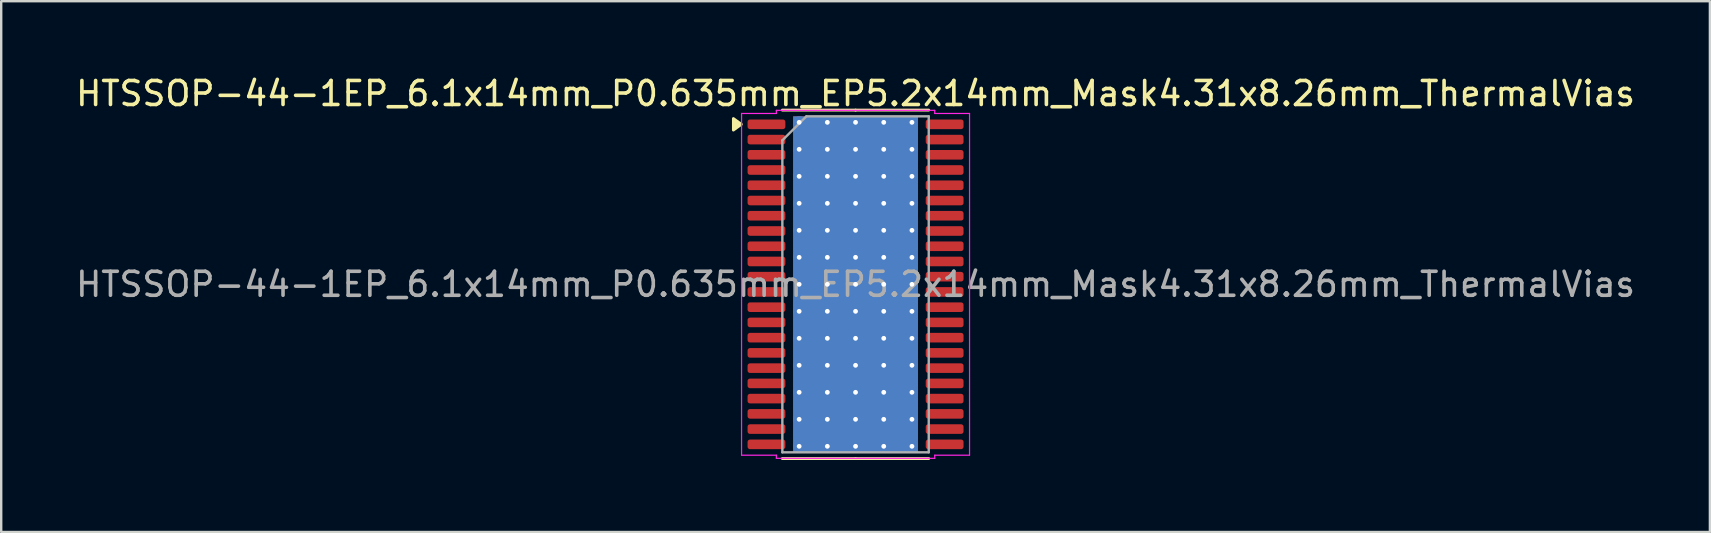
<source format=kicad_pcb>
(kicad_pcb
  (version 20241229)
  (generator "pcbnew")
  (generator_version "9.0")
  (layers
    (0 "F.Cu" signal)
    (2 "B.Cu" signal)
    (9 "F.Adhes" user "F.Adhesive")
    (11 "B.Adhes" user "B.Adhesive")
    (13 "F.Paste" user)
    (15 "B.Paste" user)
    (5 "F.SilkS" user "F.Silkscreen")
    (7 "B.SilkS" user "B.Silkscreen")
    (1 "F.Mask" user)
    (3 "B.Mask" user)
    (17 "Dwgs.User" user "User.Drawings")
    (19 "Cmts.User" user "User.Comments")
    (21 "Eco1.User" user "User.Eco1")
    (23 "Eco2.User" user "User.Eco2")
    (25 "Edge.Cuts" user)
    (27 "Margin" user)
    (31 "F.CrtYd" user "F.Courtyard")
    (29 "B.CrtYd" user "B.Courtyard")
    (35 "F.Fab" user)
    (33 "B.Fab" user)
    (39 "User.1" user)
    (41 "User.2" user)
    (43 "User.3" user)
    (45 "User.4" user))
  (footprint "HTSSOP-44-1EP_6.1x14mm_P0.635mm_EP5.2x14mm_Mask4.31x8.26mm_ThermalVias"
    (layer "F.Cu")
    (at 32.601 8.798)
    (property "Reference" "HTSSOP-44-1EP_6.1x14mm_P0.635mm_EP5.2x14mm_Mask4.31x8.26mm_ThermalVias" (at 0 -7.95 0) (layer "F.SilkS") (effects (font (size 1 1) (thickness 0.15))))
    (attr smd)
    (fp_line (start 0 -7.26) (end -3.05 -7.26) (stroke (width 0.12) (type solid)) (layer "F.SilkS"))
    (fp_line (start 0 -7.26) (end 3.05 -7.26) (stroke (width 0.12) (type solid)) (layer "F.SilkS"))
    (fp_line (start 0 7.26) (end -3.05 7.26) (stroke (width 0.12) (type solid)) (layer "F.SilkS"))
    (fp_line (start 0 7.26) (end 3.05 7.26) (stroke (width 0.12) (type solid)) (layer "F.SilkS"))
    (fp_poly (pts (xy -4.76 -6.668) (xy -5.09 -6.428) (xy -5.09 -6.907)) (stroke (width 0.12) (type solid)) (fill yes) (layer "F.SilkS"))
    (fp_line (start -4.75 -7.12) (end -3.3 -7.12) (stroke (width 0.05) (type solid)) (layer "F.CrtYd"))
    (fp_line (start -4.75 7.12) (end -4.75 -7.12) (stroke (width 0.05) (type solid)) (layer "F.CrtYd"))
    (fp_line (start -3.3 -7.25) (end 3.3 -7.25) (stroke (width 0.05) (type solid)) (layer "F.CrtYd"))
    (fp_line (start -3.3 -7.12) (end -3.3 -7.25) (stroke (width 0.05) (type solid)) (layer "F.CrtYd"))
    (fp_line (start -3.3 7.12) (end -4.75 7.12) (stroke (width 0.05) (type solid)) (layer "F.CrtYd"))
    (fp_line (start -3.3 7.25) (end -3.3 7.12) (stroke (width 0.05) (type solid)) (layer "F.CrtYd"))
    (fp_line (start 3.3 -7.25) (end 3.3 -7.12) (stroke (width 0.05) (type solid)) (layer "F.CrtYd"))
    (fp_line (start 3.3 -7.12) (end 4.75 -7.12) (stroke (width 0.05) (type solid)) (layer "F.CrtYd"))
    (fp_line (start 3.3 7.12) (end 3.3 7.25) (stroke (width 0.05) (type solid)) (layer "F.CrtYd"))
    (fp_line (start 3.3 7.25) (end -3.3 7.25) (stroke (width 0.05) (type solid)) (layer "F.CrtYd"))
    (fp_line (start 4.75 -7.12) (end 4.75 7.12) (stroke (width 0.05) (type solid)) (layer "F.CrtYd"))
    (fp_line (start 4.75 7.12) (end 3.3 7.12) (stroke (width 0.05) (type solid)) (layer "F.CrtYd"))
    (fp_line (start -3.05 -6) (end -2.05 -7) (stroke (width 0.1) (type solid)) (layer "F.Fab"))
    (fp_line (start -3.05 7) (end -3.05 -6) (stroke (width 0.1) (type solid)) (layer "F.Fab"))
    (fp_line (start -2.05 -7) (end 3.05 -7) (stroke (width 0.1) (type solid)) (layer "F.Fab"))
    (fp_line (start 3.05 -7) (end 3.05 7) (stroke (width 0.1) (type solid)) (layer "F.Fab"))
    (fp_line (start 3.05 7) (end -3.05 7) (stroke (width 0.1) (type solid)) (layer "F.Fab"))
    (fp_text user "${REFERENCE}" (at 0 0 0) (layer "F.Fab") (effects (font (size 1 1) (thickness 0.15))))
    (pad "" smd roundrect (at -1.075 -2.75) (size 1.74 2.22) (layers "F.Paste") (roundrect_rratio 0.144))
    (pad "" smd roundrect (at -1.075 0) (size 1.74 2.22) (layers "F.Paste") (roundrect_rratio 0.144))
    (pad "" smd roundrect (at -1.075 2.75) (size 1.74 2.22) (layers "F.Paste") (roundrect_rratio 0.144))
    (pad "" smd rect (at 0 0) (size 4.31 8.26) (layers "F.Mask"))
    (pad "" smd roundrect (at 1.075 -2.75) (size 1.74 2.22) (layers "F.Paste") (roundrect_rratio 0.144))
    (pad "" smd roundrect (at 1.075 0) (size 1.74 2.22) (layers "F.Paste") (roundrect_rratio 0.144))
    (pad "" smd roundrect (at 1.075 2.75) (size 1.74 2.22) (layers "F.Paste") (roundrect_rratio 0.144))
    (pad "1" smd roundrect (at -3.712 -6.668) (size 1.575 0.4) (layers "F.Cu" "F.Mask" "F.Paste") (roundrect_rratio 0.25))
    (pad "2" smd roundrect (at -3.712 -6.032) (size 1.575 0.4) (layers "F.Cu" "F.Mask" "F.Paste") (roundrect_rratio 0.25))
    (pad "3" smd roundrect (at -3.712 -5.397) (size 1.575 0.4) (layers "F.Cu" "F.Mask" "F.Paste") (roundrect_rratio 0.25))
    (pad "4" smd roundrect (at -3.712 -4.763) (size 1.575 0.4) (layers "F.Cu" "F.Mask" "F.Paste") (roundrect_rratio 0.25))
    (pad "5" smd roundrect (at -3.712 -4.128) (size 1.575 0.4) (layers "F.Cu" "F.Mask" "F.Paste") (roundrect_rratio 0.25))
    (pad "6" smd roundrect (at -3.712 -3.493) (size 1.575 0.4) (layers "F.Cu" "F.Mask" "F.Paste") (roundrect_rratio 0.25))
    (pad "7" smd roundrect (at -3.712 -2.857) (size 1.575 0.4) (layers "F.Cu" "F.Mask" "F.Paste") (roundrect_rratio 0.25))
    (pad "8" smd roundrect (at -3.712 -2.223) (size 1.575 0.4) (layers "F.Cu" "F.Mask" "F.Paste") (roundrect_rratio 0.25))
    (pad "9" smd roundrect (at -3.712 -1.587) (size 1.575 0.4) (layers "F.Cu" "F.Mask" "F.Paste") (roundrect_rratio 0.25))
    (pad "10" smd roundrect (at -3.712 -0.953) (size 1.575 0.4) (layers "F.Cu" "F.Mask" "F.Paste") (roundrect_rratio 0.25))
    (pad "11" smd roundrect (at -3.712 -0.318) (size 1.575 0.4) (layers "F.Cu" "F.Mask" "F.Paste") (roundrect_rratio 0.25))
    (pad "12" smd roundrect (at -3.712 0.318) (size 1.575 0.4) (layers "F.Cu" "F.Mask" "F.Paste") (roundrect_rratio 0.25))
    (pad "13" smd roundrect (at -3.712 0.953) (size 1.575 0.4) (layers "F.Cu" "F.Mask" "F.Paste") (roundrect_rratio 0.25))
    (pad "14" smd roundrect (at -3.712 1.587) (size 1.575 0.4) (layers "F.Cu" "F.Mask" "F.Paste") (roundrect_rratio 0.25))
    (pad "15" smd roundrect (at -3.712 2.223) (size 1.575 0.4) (layers "F.Cu" "F.Mask" "F.Paste") (roundrect_rratio 0.25))
    (pad "16" smd roundrect (at -3.712 2.857) (size 1.575 0.4) (layers "F.Cu" "F.Mask" "F.Paste") (roundrect_rratio 0.25))
    (pad "17" smd roundrect (at -3.712 3.493) (size 1.575 0.4) (layers "F.Cu" "F.Mask" "F.Paste") (roundrect_rratio 0.25))
    (pad "18" smd roundrect (at -3.712 4.128) (size 1.575 0.4) (layers "F.Cu" "F.Mask" "F.Paste") (roundrect_rratio 0.25))
    (pad "19" smd roundrect (at -3.712 4.763) (size 1.575 0.4) (layers "F.Cu" "F.Mask" "F.Paste") (roundrect_rratio 0.25))
    (pad "20" smd roundrect (at -3.712 5.397) (size 1.575 0.4) (layers "F.Cu" "F.Mask" "F.Paste") (roundrect_rratio 0.25))
    (pad "21" smd roundrect (at -3.712 6.032) (size 1.575 0.4) (layers "F.Cu" "F.Mask" "F.Paste") (roundrect_rratio 0.25))
    (pad "22" smd roundrect (at -3.712 6.668) (size 1.575 0.4) (layers "F.Cu" "F.Mask" "F.Paste") (roundrect_rratio 0.25))
    (pad "23" smd roundrect (at 3.712 6.668) (size 1.575 0.4) (layers "F.Cu" "F.Mask" "F.Paste") (roundrect_rratio 0.25))
    (pad "24" smd roundrect (at 3.712 6.032) (size 1.575 0.4) (layers "F.Cu" "F.Mask" "F.Paste") (roundrect_rratio 0.25))
    (pad "25" smd roundrect (at 3.712 5.397) (size 1.575 0.4) (layers "F.Cu" "F.Mask" "F.Paste") (roundrect_rratio 0.25))
    (pad "26" smd roundrect (at 3.712 4.763) (size 1.575 0.4) (layers "F.Cu" "F.Mask" "F.Paste") (roundrect_rratio 0.25))
    (pad "27" smd roundrect (at 3.712 4.128) (size 1.575 0.4) (layers "F.Cu" "F.Mask" "F.Paste") (roundrect_rratio 0.25))
    (pad "28" smd roundrect (at 3.712 3.493) (size 1.575 0.4) (layers "F.Cu" "F.Mask" "F.Paste") (roundrect_rratio 0.25))
    (pad "29" smd roundrect (at 3.712 2.857) (size 1.575 0.4) (layers "F.Cu" "F.Mask" "F.Paste") (roundrect_rratio 0.25))
    (pad "30" smd roundrect (at 3.712 2.223) (size 1.575 0.4) (layers "F.Cu" "F.Mask" "F.Paste") (roundrect_rratio 0.25))
    (pad "31" smd roundrect (at 3.712 1.587) (size 1.575 0.4) (layers "F.Cu" "F.Mask" "F.Paste") (roundrect_rratio 0.25))
    (pad "32" smd roundrect (at 3.712 0.953) (size 1.575 0.4) (layers "F.Cu" "F.Mask" "F.Paste") (roundrect_rratio 0.25))
    (pad "33" smd roundrect (at 3.712 0.318) (size 1.575 0.4) (layers "F.Cu" "F.Mask" "F.Paste") (roundrect_rratio 0.25))
    (pad "34" smd roundrect (at 3.712 -0.318) (size 1.575 0.4) (layers "F.Cu" "F.Mask" "F.Paste") (roundrect_rratio 0.25))
    (pad "35" smd roundrect (at 3.712 -0.953) (size 1.575 0.4) (layers "F.Cu" "F.Mask" "F.Paste") (roundrect_rratio 0.25))
    (pad "36" smd roundrect (at 3.712 -1.587) (size 1.575 0.4) (layers "F.Cu" "F.Mask" "F.Paste") (roundrect_rratio 0.25))
    (pad "37" smd roundrect (at 3.712 -2.223) (size 1.575 0.4) (layers "F.Cu" "F.Mask" "F.Paste") (roundrect_rratio 0.25))
    (pad "38" smd roundrect (at 3.712 -2.857) (size 1.575 0.4) (layers "F.Cu" "F.Mask" "F.Paste") (roundrect_rratio 0.25))
    (pad "39" smd roundrect (at 3.712 -3.493) (size 1.575 0.4) (layers "F.Cu" "F.Mask" "F.Paste") (roundrect_rratio 0.25))
    (pad "40" smd roundrect (at 3.712 -4.128) (size 1.575 0.4) (layers "F.Cu" "F.Mask" "F.Paste") (roundrect_rratio 0.25))
    (pad "41" smd roundrect (at 3.712 -4.763) (size 1.575 0.4) (layers "F.Cu" "F.Mask" "F.Paste") (roundrect_rratio 0.25))
    (pad "42" smd roundrect (at 3.712 -5.397) (size 1.575 0.4) (layers "F.Cu" "F.Mask" "F.Paste") (roundrect_rratio 0.25))
    (pad "43" smd roundrect (at 3.712 -6.032) (size 1.575 0.4) (layers "F.Cu" "F.Mask" "F.Paste") (roundrect_rratio 0.25))
    (pad "44" smd roundrect (at 3.712 -6.668) (size 1.575 0.4) (layers "F.Cu" "F.Mask" "F.Paste") (roundrect_rratio 0.25))
    (pad "45" thru_hole circle (at -2.35 -6.75) (size 0.5 0.5) (drill 0.2) (property pad_prop_heatsink) (layers "*.Cu"))
    (pad "45" thru_hole circle (at -2.35 -5.625) (size 0.5 0.5) (drill 0.2) (property pad_prop_heatsink) (layers "*.Cu"))
    (pad "45" thru_hole circle (at -2.35 -4.5) (size 0.5 0.5) (drill 0.2) (property pad_prop_heatsink) (layers "*.Cu"))
    (pad "45" thru_hole circle (at -2.35 -3.375) (size 0.5 0.5) (drill 0.2) (property pad_prop_heatsink) (layers "*.Cu"))
    (pad "45" thru_hole circle (at -2.35 -2.25) (size 0.5 0.5) (drill 0.2) (property pad_prop_heatsink) (layers "*.Cu"))
    (pad "45" thru_hole circle (at -2.35 -1.125) (size 0.5 0.5) (drill 0.2) (property pad_prop_heatsink) (layers "*.Cu"))
    (pad "45" thru_hole circle (at -2.35 0) (size 0.5 0.5) (drill 0.2) (property pad_prop_heatsink) (layers "*.Cu"))
    (pad "45" thru_hole circle (at -2.35 1.125) (size 0.5 0.5) (drill 0.2) (property pad_prop_heatsink) (layers "*.Cu"))
    (pad "45" thru_hole circle (at -2.35 2.25) (size 0.5 0.5) (drill 0.2) (property pad_prop_heatsink) (layers "*.Cu"))
    (pad "45" thru_hole circle (at -2.35 3.375) (size 0.5 0.5) (drill 0.2) (property pad_prop_heatsink) (layers "*.Cu"))
    (pad "45" thru_hole circle (at -2.35 4.5) (size 0.5 0.5) (drill 0.2) (property pad_prop_heatsink) (layers "*.Cu"))
    (pad "45" thru_hole circle (at -2.35 5.625) (size 0.5 0.5) (drill 0.2) (property pad_prop_heatsink) (layers "*.Cu"))
    (pad "45" thru_hole circle (at -2.35 6.75) (size 0.5 0.5) (drill 0.2) (property pad_prop_heatsink) (layers "*.Cu"))
    (pad "45" thru_hole circle (at -1.175 -6.75) (size 0.5 0.5) (drill 0.2) (property pad_prop_heatsink) (layers "*.Cu"))
    (pad "45" thru_hole circle (at -1.175 -5.625) (size 0.5 0.5) (drill 0.2) (property pad_prop_heatsink) (layers "*.Cu"))
    (pad "45" thru_hole circle (at -1.175 -4.5) (size 0.5 0.5) (drill 0.2) (property pad_prop_heatsink) (layers "*.Cu"))
    (pad "45" thru_hole circle (at -1.175 -3.375) (size 0.5 0.5) (drill 0.2) (property pad_prop_heatsink) (layers "*.Cu"))
    (pad "45" thru_hole circle (at -1.175 -2.25) (size 0.5 0.5) (drill 0.2) (property pad_prop_heatsink) (layers "*.Cu"))
    (pad "45" thru_hole circle (at -1.175 -1.125) (size 0.5 0.5) (drill 0.2) (property pad_prop_heatsink) (layers "*.Cu"))
    (pad "45" thru_hole circle (at -1.175 0) (size 0.5 0.5) (drill 0.2) (property pad_prop_heatsink) (layers "*.Cu"))
    (pad "45" thru_hole circle (at -1.175 1.125) (size 0.5 0.5) (drill 0.2) (property pad_prop_heatsink) (layers "*.Cu"))
    (pad "45" thru_hole circle (at -1.175 2.25) (size 0.5 0.5) (drill 0.2) (property pad_prop_heatsink) (layers "*.Cu"))
    (pad "45" thru_hole circle (at -1.175 3.375) (size 0.5 0.5) (drill 0.2) (property pad_prop_heatsink) (layers "*.Cu"))
    (pad "45" thru_hole circle (at -1.175 4.5) (size 0.5 0.5) (drill 0.2) (property pad_prop_heatsink) (layers "*.Cu"))
    (pad "45" thru_hole circle (at -1.175 5.625) (size 0.5 0.5) (drill 0.2) (property pad_prop_heatsink) (layers "*.Cu"))
    (pad "45" thru_hole circle (at -1.175 6.75) (size 0.5 0.5) (drill 0.2) (property pad_prop_heatsink) (layers "*.Cu"))
    (pad "45" thru_hole circle (at 0 -6.75) (size 0.5 0.5) (drill 0.2) (property pad_prop_heatsink) (layers "*.Cu"))
    (pad "45" thru_hole circle (at 0 -5.625) (size 0.5 0.5) (drill 0.2) (property pad_prop_heatsink) (layers "*.Cu"))
    (pad "45" thru_hole circle (at 0 -4.5) (size 0.5 0.5) (drill 0.2) (property pad_prop_heatsink) (layers "*.Cu"))
    (pad "45" thru_hole circle (at 0 -3.375) (size 0.5 0.5) (drill 0.2) (property pad_prop_heatsink) (layers "*.Cu"))
    (pad "45" thru_hole circle (at 0 -2.25) (size 0.5 0.5) (drill 0.2) (property pad_prop_heatsink) (layers "*.Cu"))
    (pad "45" thru_hole circle (at 0 -1.125) (size 0.5 0.5) (drill 0.2) (property pad_prop_heatsink) (layers "*.Cu"))
    (pad "45" thru_hole circle (at 0 0) (size 0.5 0.5) (drill 0.2) (property pad_prop_heatsink) (layers "*.Cu"))
    (pad "45" smd rect (at 0 0) (size 5.2 14) (property pad_prop_heatsink) (layers "F.Cu"))
    (pad "45" smd rect (at 0 0) (size 5.2 14) (property pad_prop_heatsink) (layers "B.Cu"))
    (pad "45" thru_hole circle (at 0 1.125) (size 0.5 0.5) (drill 0.2) (property pad_prop_heatsink) (layers "*.Cu"))
    (pad "45" thru_hole circle (at 0 2.25) (size 0.5 0.5) (drill 0.2) (property pad_prop_heatsink) (layers "*.Cu"))
    (pad "45" thru_hole circle (at 0 3.375) (size 0.5 0.5) (drill 0.2) (property pad_prop_heatsink) (layers "*.Cu"))
    (pad "45" thru_hole circle (at 0 4.5) (size 0.5 0.5) (drill 0.2) (property pad_prop_heatsink) (layers "*.Cu"))
    (pad "45" thru_hole circle (at 0 5.625) (size 0.5 0.5) (drill 0.2) (property pad_prop_heatsink) (layers "*.Cu"))
    (pad "45" thru_hole circle (at 0 6.75) (size 0.5 0.5) (drill 0.2) (property pad_prop_heatsink) (layers "*.Cu"))
    (pad "45" thru_hole circle (at 1.175 -6.75) (size 0.5 0.5) (drill 0.2) (property pad_prop_heatsink) (layers "*.Cu"))
    (pad "45" thru_hole circle (at 1.175 -5.625) (size 0.5 0.5) (drill 0.2) (property pad_prop_heatsink) (layers "*.Cu"))
    (pad "45" thru_hole circle (at 1.175 -4.5) (size 0.5 0.5) (drill 0.2) (property pad_prop_heatsink) (layers "*.Cu"))
    (pad "45" thru_hole circle (at 1.175 -3.375) (size 0.5 0.5) (drill 0.2) (property pad_prop_heatsink) (layers "*.Cu"))
    (pad "45" thru_hole circle (at 1.175 -2.25) (size 0.5 0.5) (drill 0.2) (property pad_prop_heatsink) (layers "*.Cu"))
    (pad "45" thru_hole circle (at 1.175 -1.125) (size 0.5 0.5) (drill 0.2) (property pad_prop_heatsink) (layers "*.Cu"))
    (pad "45" thru_hole circle (at 1.175 0) (size 0.5 0.5) (drill 0.2) (property pad_prop_heatsink) (layers "*.Cu"))
    (pad "45" thru_hole circle (at 1.175 1.125) (size 0.5 0.5) (drill 0.2) (property pad_prop_heatsink) (layers "*.Cu"))
    (pad "45" thru_hole circle (at 1.175 2.25) (size 0.5 0.5) (drill 0.2) (property pad_prop_heatsink) (layers "*.Cu"))
    (pad "45" thru_hole circle (at 1.175 3.375) (size 0.5 0.5) (drill 0.2) (property pad_prop_heatsink) (layers "*.Cu"))
    (pad "45" thru_hole circle (at 1.175 4.5) (size 0.5 0.5) (drill 0.2) (property pad_prop_heatsink) (layers "*.Cu"))
    (pad "45" thru_hole circle (at 1.175 5.625) (size 0.5 0.5) (drill 0.2) (property pad_prop_heatsink) (layers "*.Cu"))
    (pad "45" thru_hole circle (at 1.175 6.75) (size 0.5 0.5) (drill 0.2) (property pad_prop_heatsink) (layers "*.Cu"))
    (pad "45" thru_hole circle (at 2.35 -6.75) (size 0.5 0.5) (drill 0.2) (property pad_prop_heatsink) (layers "*.Cu"))
    (pad "45" thru_hole circle (at 2.35 -5.625) (size 0.5 0.5) (drill 0.2) (property pad_prop_heatsink) (layers "*.Cu"))
    (pad "45" thru_hole circle (at 2.35 -4.5) (size 0.5 0.5) (drill 0.2) (property pad_prop_heatsink) (layers "*.Cu"))
    (pad "45" thru_hole circle (at 2.35 -3.375) (size 0.5 0.5) (drill 0.2) (property pad_prop_heatsink) (layers "*.Cu"))
    (pad "45" thru_hole circle (at 2.35 -2.25) (size 0.5 0.5) (drill 0.2) (property pad_prop_heatsink) (layers "*.Cu"))
    (pad "45" thru_hole circle (at 2.35 -1.125) (size 0.5 0.5) (drill 0.2) (property pad_prop_heatsink) (layers "*.Cu"))
    (pad "45" thru_hole circle (at 2.35 0) (size 0.5 0.5) (drill 0.2) (property pad_prop_heatsink) (layers "*.Cu"))
    (pad "45" thru_hole circle (at 2.35 1.125) (size 0.5 0.5) (drill 0.2) (property pad_prop_heatsink) (layers "*.Cu"))
    (pad "45" thru_hole circle (at 2.35 2.25) (size 0.5 0.5) (drill 0.2) (property pad_prop_heatsink) (layers "*.Cu"))
    (pad "45" thru_hole circle (at 2.35 3.375) (size 0.5 0.5) (drill 0.2) (property pad_prop_heatsink) (layers "*.Cu"))
    (pad "45" thru_hole circle (at 2.35 4.5) (size 0.5 0.5) (drill 0.2) (property pad_prop_heatsink) (layers "*.Cu"))
    (pad "45" thru_hole circle (at 2.35 5.625) (size 0.5 0.5) (drill 0.2) (property pad_prop_heatsink) (layers "*.Cu"))
    (pad "45" thru_hole circle (at 2.35 6.75) (size 0.5 0.5) (drill 0.2) (property pad_prop_heatsink) (layers "*.Cu")))
  (gr_rect
    (start -3 -3)
    (end 68.202 19.118)
    (stroke (width 0.1) (type default))
    (fill no)
    (layer "Edge.Cuts")))
</source>
